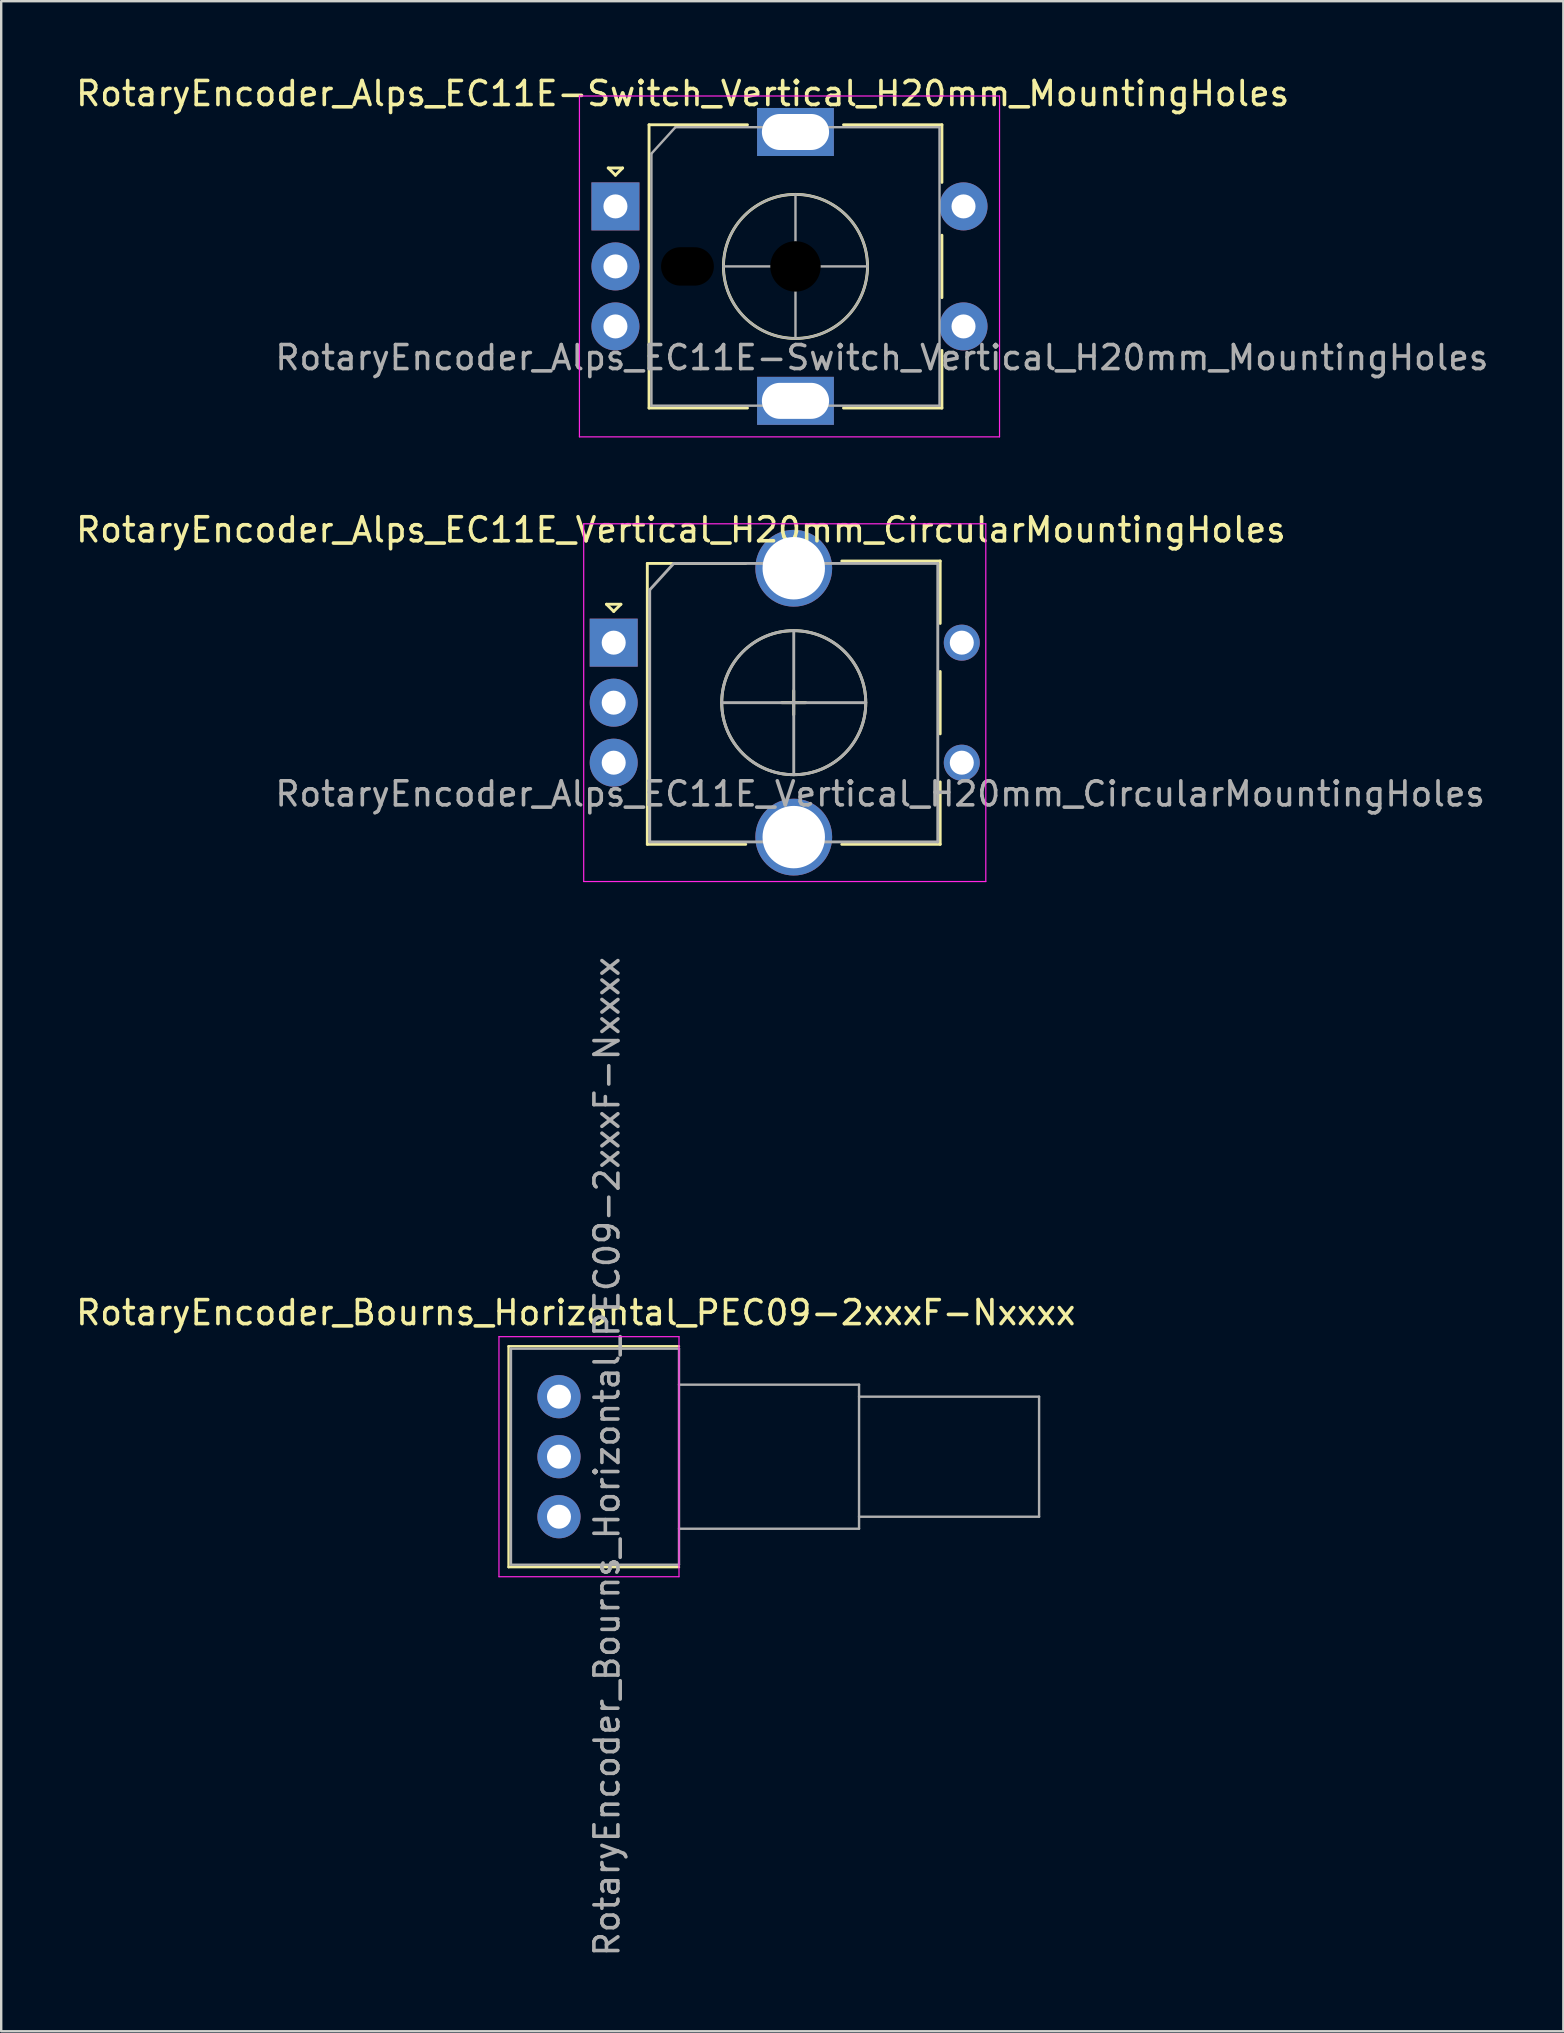
<source format=kicad_pcb>
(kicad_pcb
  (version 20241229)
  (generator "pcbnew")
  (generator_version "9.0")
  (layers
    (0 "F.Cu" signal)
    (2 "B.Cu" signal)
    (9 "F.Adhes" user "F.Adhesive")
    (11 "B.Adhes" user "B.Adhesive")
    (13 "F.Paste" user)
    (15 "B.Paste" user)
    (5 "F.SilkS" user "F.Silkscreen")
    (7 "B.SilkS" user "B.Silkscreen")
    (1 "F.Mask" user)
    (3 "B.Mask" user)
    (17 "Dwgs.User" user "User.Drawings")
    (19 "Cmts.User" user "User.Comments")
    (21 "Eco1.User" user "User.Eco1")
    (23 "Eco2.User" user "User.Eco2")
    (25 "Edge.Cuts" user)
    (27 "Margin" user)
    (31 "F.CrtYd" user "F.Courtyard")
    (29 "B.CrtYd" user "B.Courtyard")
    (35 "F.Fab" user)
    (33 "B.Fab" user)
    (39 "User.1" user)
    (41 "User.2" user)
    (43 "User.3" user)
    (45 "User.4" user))
  (footprint "RotaryEncoder_Alps_EC11E_Vertical_H20mm_CircularMountingHoles"
    (layer "F.Cu")
    (at 22.515 23.721)
    (property "Reference" "RotaryEncoder_Alps_EC11E_Vertical_H20mm_CircularMountingHoles" (at 2.8 -4.7 0) (layer "F.SilkS") (effects (font (size 1 1) (thickness 0.15))))
    (attr through_hole)
    (fp_line (start -0.3 -1.6) (end 0.3 -1.6) (stroke (width 0.12) (type solid)) (layer "F.SilkS"))
    (fp_line (start 0 -1.3) (end -0.3 -1.6) (stroke (width 0.12) (type solid)) (layer "F.SilkS"))
    (fp_line (start 0.3 -1.6) (end 0 -1.3) (stroke (width 0.12) (type solid)) (layer "F.SilkS"))
    (fp_line (start 1.4 -3.3) (end 1.4 8.4) (stroke (width 0.12) (type solid)) (layer "F.SilkS"))
    (fp_line (start 5.5 -3.3) (end 1.4 -3.3) (stroke (width 0.12) (type solid)) (layer "F.SilkS"))
    (fp_line (start 5.5 8.4) (end 1.4 8.4) (stroke (width 0.12) (type solid)) (layer "F.SilkS"))
    (fp_line (start 7 2.5) (end 8 2.5) (stroke (width 0.12) (type solid)) (layer "F.SilkS"))
    (fp_line (start 7.5 2) (end 7.5 3) (stroke (width 0.12) (type solid)) (layer "F.SilkS"))
    (fp_line (start 9.5 -3.4) (end 13.6 -3.4) (stroke (width 0.12) (type solid)) (layer "F.SilkS"))
    (fp_line (start 13.6 -3.4) (end 13.6 -0.8) (stroke (width 0.12) (type solid)) (layer "F.SilkS"))
    (fp_line (start 13.6 1.2) (end 13.6 3.8) (stroke (width 0.12) (type solid)) (layer "F.SilkS"))
    (fp_line (start 13.6 5.8) (end 13.6 8.4) (stroke (width 0.12) (type solid)) (layer "F.SilkS"))
    (fp_line (start 13.6 8.4) (end 9.5 8.4) (stroke (width 0.12) (type solid)) (layer "F.SilkS"))
    (fp_circle (center 7.5 2.5) (end 10.5 2.5) (stroke (width 0.12) (type solid)) (fill no) (layer "F.SilkS"))
    (fp_line (start -1.25 -4.95) (end -1.25 9.95) (stroke (width 0.05) (type solid)) (layer "F.CrtYd"))
    (fp_line (start -1.25 -4.95) (end 15.5 -4.95) (stroke (width 0.05) (type solid)) (layer "F.CrtYd"))
    (fp_line (start 15.5 9.95) (end -1.25 9.95) (stroke (width 0.05) (type solid)) (layer "F.CrtYd"))
    (fp_line (start 15.5 9.95) (end 15.5 -4.95) (stroke (width 0.05) (type solid)) (layer "F.CrtYd"))
    (fp_line (start 1.5 -2.2) (end 2.5 -3.3) (stroke (width 0.12) (type solid)) (layer "F.Fab"))
    (fp_line (start 1.5 8.3) (end 1.5 -2.2) (stroke (width 0.12) (type solid)) (layer "F.Fab"))
    (fp_line (start 2.5 -3.3) (end 13.5 -3.3) (stroke (width 0.12) (type solid)) (layer "F.Fab"))
    (fp_line (start 4.5 2.5) (end 10.5 2.5) (stroke (width 0.12) (type solid)) (layer "F.Fab"))
    (fp_line (start 7.5 -0.5) (end 7.5 5.5) (stroke (width 0.12) (type solid)) (layer "F.Fab"))
    (fp_line (start 13.5 -3.3) (end 13.5 8.3) (stroke (width 0.12) (type solid)) (layer "F.Fab"))
    (fp_line (start 13.5 8.3) (end 1.5 8.3) (stroke (width 0.12) (type solid)) (layer "F.Fab"))
    (fp_circle (center 7.5 2.5) (end 10.5 2.5) (stroke (width 0.12) (type solid)) (fill no) (layer "F.Fab"))
    (fp_text user "${REFERENCE}" (at 11.1 6.3 0) (layer "F.Fab") (effects (font (size 1 1) (thickness 0.15))))
    (pad "" thru_hole circle (at 14.5 0) (size 1.5 1.5) (drill 1) (layers "*.Cu" "*.Mask"))
    (pad "" thru_hole circle (at 14.5 5) (size 1.5 1.5) (drill 1) (layers "*.Cu" "*.Mask"))
    (pad "A" thru_hole rect (at 0 0) (size 2 2) (drill 1) (layers "*.Cu" "*.Mask"))
    (pad "B" thru_hole circle (at 0 5) (size 2 2) (drill 1) (layers "*.Cu" "*.Mask"))
    (pad "C" thru_hole circle (at 0 2.5) (size 2 2) (drill 1) (layers "*.Cu" "*.Mask"))
    (pad "MP" thru_hole circle (at 7.5 -3.1) (size 3.2 3.2) (drill 2.6) (layers "*.Cu" "*.Mask"))
    (pad "MP" thru_hole circle (at 7.5 8.1) (size 3.2 3.2) (drill 2.6) (layers "*.Cu" "*.Mask")))
  (footprint "RotaryEncoder_Alps_EC11E-Switch_Vertical_H20mm_MountingHoles"
    (layer "F.Cu")
    (at 22.587 5.548)
    (property "Reference" "RotaryEncoder_Alps_EC11E-Switch_Vertical_H20mm_MountingHoles" (at 2.8 -4.7 0) (layer "F.SilkS") (effects (font (size 1 1) (thickness 0.15))))
    (attr through_hole)
    (fp_line (start -0.3 -1.6) (end 0.3 -1.6) (stroke (width 0.12) (type solid)) (layer "F.SilkS"))
    (fp_line (start 0 -1.3) (end -0.3 -1.6) (stroke (width 0.12) (type solid)) (layer "F.SilkS"))
    (fp_line (start 0.3 -1.6) (end 0 -1.3) (stroke (width 0.12) (type solid)) (layer "F.SilkS"))
    (fp_line (start 1.4 -3.4) (end 1.4 8.4) (stroke (width 0.12) (type solid)) (layer "F.SilkS"))
    (fp_line (start 5.5 -3.4) (end 1.4 -3.4) (stroke (width 0.12) (type solid)) (layer "F.SilkS"))
    (fp_line (start 5.5 8.4) (end 1.4 8.4) (stroke (width 0.12) (type solid)) (layer "F.SilkS"))
    (fp_line (start 9.5 -3.4) (end 13.6 -3.4) (stroke (width 0.12) (type solid)) (layer "F.SilkS"))
    (fp_line (start 13.6 -3.4) (end 13.6 -1) (stroke (width 0.12) (type solid)) (layer "F.SilkS"))
    (fp_line (start 13.6 1.2) (end 13.6 3.8) (stroke (width 0.12) (type solid)) (layer "F.SilkS"))
    (fp_line (start 13.6 6) (end 13.6 8.4) (stroke (width 0.12) (type solid)) (layer "F.SilkS"))
    (fp_line (start 13.6 8.4) (end 9.5 8.4) (stroke (width 0.12) (type solid)) (layer "F.SilkS"))
    (fp_circle (center 7.5 2.5) (end 10.5 2.5) (stroke (width 0.12) (type solid)) (fill no) (layer "F.SilkS"))
    (fp_line (start -1.5 -4.6) (end -1.5 9.6) (stroke (width 0.05) (type solid)) (layer "F.CrtYd"))
    (fp_line (start -1.5 -4.6) (end 16 -4.6) (stroke (width 0.05) (type solid)) (layer "F.CrtYd"))
    (fp_line (start 16 9.6) (end -1.5 9.6) (stroke (width 0.05) (type solid)) (layer "F.CrtYd"))
    (fp_line (start 16 9.6) (end 16 -4.6) (stroke (width 0.05) (type solid)) (layer "F.CrtYd"))
    (fp_line (start 1.5 -2.2) (end 2.5 -3.3) (stroke (width 0.1) (type solid)) (layer "F.Fab"))
    (fp_line (start 1.5 8.3) (end 1.5 -2.2) (stroke (width 0.1) (type solid)) (layer "F.Fab"))
    (fp_line (start 2.5 -3.3) (end 13.5 -3.3) (stroke (width 0.1) (type solid)) (layer "F.Fab"))
    (fp_line (start 4.5 2.5) (end 10.5 2.5) (stroke (width 0.1) (type solid)) (layer "F.Fab"))
    (fp_line (start 7.5 -0.5) (end 7.5 5.5) (stroke (width 0.1) (type solid)) (layer "F.Fab"))
    (fp_line (start 13.5 -3.3) (end 13.5 8.3) (stroke (width 0.1) (type solid)) (layer "F.Fab"))
    (fp_line (start 13.5 8.3) (end 1.5 8.3) (stroke (width 0.1) (type solid)) (layer "F.Fab"))
    (fp_circle (center 7.5 2.5) (end 10.5 2.5) (stroke (width 0.1) (type solid)) (fill no) (layer "F.Fab"))
    (fp_text user "${REFERENCE}" (at 11.1 6.3 0) (layer "F.Fab") (effects (font (size 1 1) (thickness 0.15))))
    (pad "" np_thru_hole oval (at 3 2.5) (size 2.2 1.6) (drill oval 2.2 1.6) (layers "*.Mask"))
    (pad "" np_thru_hole circle (at 7.5 2.5) (size 2.1 2.1) (drill 2.1) (layers "*.Mask"))
    (pad "A" thru_hole rect (at 0 0) (size 2 2) (drill 1) (layers "*.Cu" "*.Mask"))
    (pad "B" thru_hole circle (at 0 5) (size 2 2) (drill 1) (layers "*.Cu" "*.Mask"))
    (pad "C" thru_hole circle (at 0 2.5) (size 2 2) (drill 1) (layers "*.Cu" "*.Mask"))
    (pad "MP" thru_hole rect (at 7.5 -3.1) (size 3.2 2) (drill oval 2.8 1.5) (layers "*.Cu" "*.Mask"))
    (pad "MP" thru_hole rect (at 7.5 8.1) (size 3.2 2) (drill oval 2.8 1.5) (layers "*.Cu" "*.Mask"))
    (pad "S1" thru_hole circle (at 14.5 5) (size 2 2) (drill 1) (layers "*.Cu" "*.Mask"))
    (pad "S2" thru_hole circle (at 14.5 0) (size 2 2) (drill 1) (layers "*.Cu" "*.Mask")))
  (footprint "RotaryEncoder_Bourns_Horizontal_PEC09-2xxxF-Nxxxx"
    (layer "F.Cu")
    (at 20.235 60.131)
    (property "Reference" "RotaryEncoder_Bourns_Horizontal_PEC09-2xxxF-Nxxxx" (at 0.7 -8.5 0) (layer "F.SilkS") (effects (font (size 1 1) (thickness 0.15))))
    (attr through_hole)
    (fp_line (start -2.1 -7.1) (end -2.1 2.1) (stroke (width 0.1) (type solid)) (layer "F.SilkS"))
    (fp_line (start -2.1 2.1) (end 5 2.1) (stroke (width 0.1) (type solid)) (layer "F.SilkS"))
    (fp_line (start 5 -7.1) (end -2.1 -7.1) (stroke (width 0.1) (type solid)) (layer "F.SilkS"))
    (fp_line (start -2.5 -7.5) (end -2.5 2.5) (stroke (width 0.05) (type solid)) (layer "F.CrtYd"))
    (fp_line (start -2.5 2.5) (end 5 2.5) (stroke (width 0.05) (type solid)) (layer "F.CrtYd"))
    (fp_line (start 5 -7.5) (end -2.5 -7.5) (stroke (width 0.05) (type solid)) (layer "F.CrtYd"))
    (fp_line (start 5 2.5) (end 5 -7.5) (stroke (width 0.05) (type solid)) (layer "F.CrtYd"))
    (fp_line (start -2 -7) (end -2 2) (stroke (width 0.1) (type solid)) (layer "F.Fab"))
    (fp_line (start -2 2) (end 5 2) (stroke (width 0.1) (type solid)) (layer "F.Fab"))
    (fp_line (start 5 -7) (end -2 -7) (stroke (width 0.1) (type solid)) (layer "F.Fab"))
    (fp_line (start 5 -7) (end 5 2) (stroke (width 0.1) (type solid)) (layer "F.Fab"))
    (fp_line (start 5 -5.5) (end 12.5 -5.5) (stroke (width 0.1) (type solid)) (layer "F.Fab"))
    (fp_line (start 12.5 -5.5) (end 12.5 0.5) (stroke (width 0.1) (type solid)) (layer "F.Fab"))
    (fp_line (start 12.5 -5) (end 20 -5) (stroke (width 0.1) (type solid)) (layer "F.Fab"))
    (fp_line (start 12.5 0.5) (end 5 0.5) (stroke (width 0.1) (type solid)) (layer "F.Fab"))
    (fp_line (start 20 -5) (end 20 0) (stroke (width 0.1) (type solid)) (layer "F.Fab"))
    (fp_line (start 20 0) (end 12.5 0) (stroke (width 0.1) (type solid)) (layer "F.Fab"))
    (fp_text user "${REFERENCE}" (at 2 -2.5 90) (layer "F.Fab") (effects (font (size 1 1) (thickness 0.15))))
    (pad "A" thru_hole circle (at 0 0) (size 1.8 1.8) (drill 1) (layers "*.Cu" "*.Mask"))
    (pad "B" thru_hole circle (at 0 -5) (size 1.8 1.8) (drill 1) (layers "*.Cu" "*.Mask"))
    (pad "C" thru_hole circle (at 0 -2.5) (size 1.8 1.8) (drill 1) (layers "*.Cu" "*.Mask")))
  (gr_rect
    (start -3 -3)
    (end 62.074 81.566)
    (stroke (width 0.1) (type default))
    (fill no)
    (layer "Edge.Cuts")))
</source>
